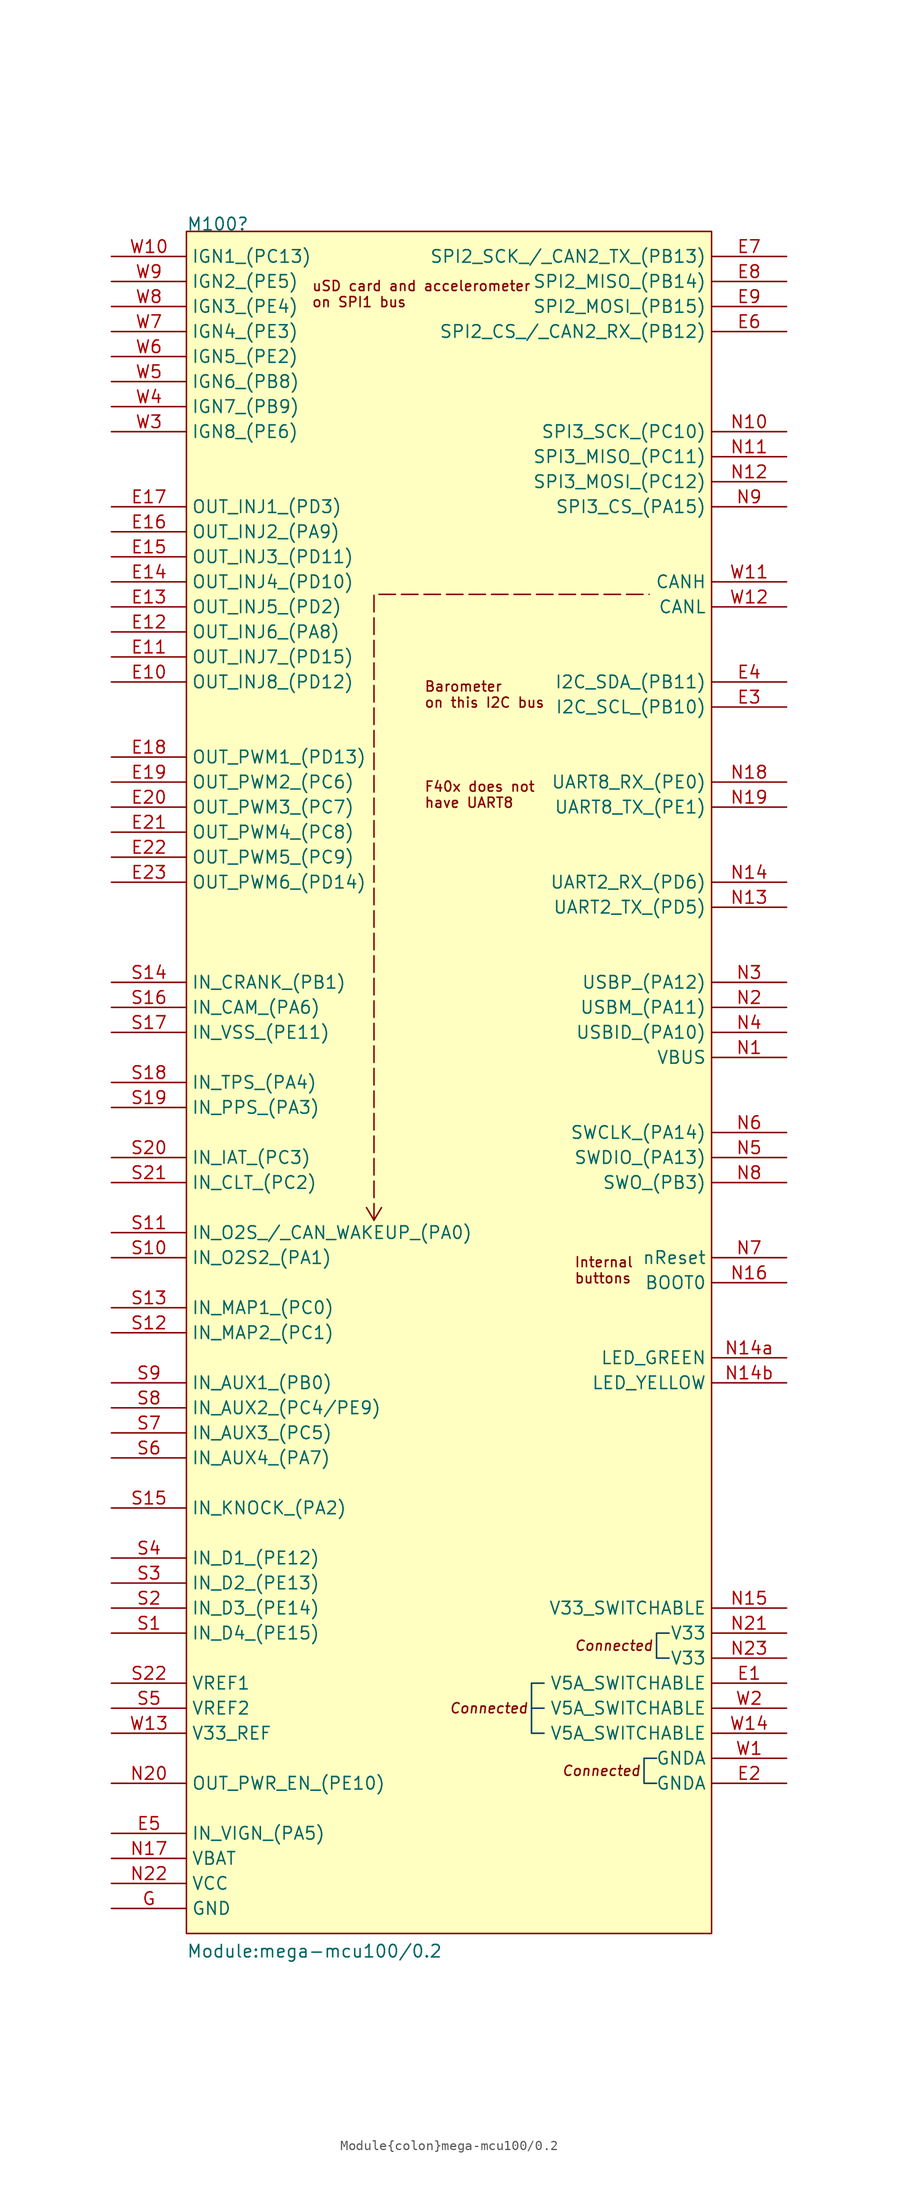
<source format=kicad_sym>
(kicad_symbol_lib
  (version 20220914)
  (generator kicad_symbol_editor)
  (symbol "Module{colon}mega-mcu100/0.2"
    (property "Reference" "M100"
      (at 7.62 2.54 0)
      (effects (font (size 1.27 1.27)) (justify left bottom)))
    (property "Value" "Module:mega-mcu100/0.2"
      (at 7.62 -172.72 0)
      (effects (font (size 1.27 1.27)) (justify left bottom)))
    (symbol "Module{colon}mega-mcu100/0.2_1_0"
      (polyline (pts (xy 26.67 -97.79) (xy 25.908 -96.52)) (stroke (width 0) (type default)) (fill (type none)))
      (polyline (pts (xy 26.67 -97.79) (xy 27.432 -96.52)) (stroke (width 0) (type default)) (fill (type none)))
      (polyline (pts (xy 26.67 -97.79) (xy 26.67 -34.29) (xy 54.61 -34.29)) (stroke (width 0) (type dash)) (fill (type none)))
      (polyline (pts (xy 42.672 -147.32) (xy 43.942 -147.32) (xy 43.942 -147.32) (xy 43.942 -147.32)) (stroke (width 0) (type solid) (color 7 55 99 1)) (fill (type none)))
      (polyline (pts (xy 43.942 -144.78) (xy 42.672 -144.78) (xy 42.672 -149.86) (xy 43.942 -149.86)) (stroke (width 0) (type solid) (color 7 55 99 1)) (fill (type none)))
      (polyline (pts (xy 55.372 -152.4) (xy 54.102 -152.4) (xy 54.102 -154.94) (xy 55.372 -154.94)) (stroke (width 0) (type solid) (color 7 55 99 1)) (fill (type none)))
      (polyline (pts (xy 56.642 -139.7) (xy 55.372 -139.7) (xy 55.372 -142.24) (xy 56.642 -142.24)) (stroke (width 0) (type solid) (color 7 55 99 1)) (fill (type none)))
      (rectangle (start 7.62 2.54) (end 60.96 -170.18) (stroke (width 0) (type solid)) (fill (type background)))
      (text "Barometer\non this I2C bus" (at 31.75 -44.45 0) (effects (font (size 1.016 1.016)) (justify left)))
      (text "Connected" (at 34.29 -147.32 0) (effects (font (size 1.016 1.016) italic) (justify left)))
      (text "Connected" (at 45.72 -153.67 0) (effects (font (size 1.016 1.016) italic) (justify left)))
      (text "Connected" (at 46.99 -140.97 0) (effects (font (size 1.016 1.016) italic) (justify left)))
      (text "F40x does not\nhave UART8" (at 31.75 -54.61 0) (effects (font (size 1.016 1.016)) (justify left)))
      (text "Internal\nbuttons" (at 46.99 -102.87 0) (effects (font (size 1.016 1.016)) (justify left)))
      (text "uSD card and accelerometer \non SPI1 bus" (at 20.32 -3.81 0) (effects (font (size 1.016 1.016)) (justify left)))
      (pin passive line (at 68.58 -144.78 180) (length 7.62) (name "V5A_SWITCHABLE" (effects (font (size 1.27 1.27)))) (number "E1" (effects (font (size 1.27 1.27)))))
      (pin passive line (at 0 -43.18 0) (length 7.62) (name "OUT_INJ8_(PD12)" (effects (font (size 1.27 1.27)))) (number "E10" (effects (font (size 1.27 1.27)))))
      (pin passive line (at 0 -40.64 0) (length 7.62) (name "OUT_INJ7_(PD15)" (effects (font (size 1.27 1.27)))) (number "E11" (effects (font (size 1.27 1.27)))))
      (pin passive line (at 0 -38.1 0) (length 7.62) (name "OUT_INJ6_(PA8)" (effects (font (size 1.27 1.27)))) (number "E12" (effects (font (size 1.27 1.27)))))
      (pin passive line (at 0 -35.56 0) (length 7.62) (name "OUT_INJ5_(PD2)" (effects (font (size 1.27 1.27)))) (number "E13" (effects (font (size 1.27 1.27)))))
      (pin passive line (at 0 -33.02 0) (length 7.62) (name "OUT_INJ4_(PD10)" (effects (font (size 1.27 1.27)))) (number "E14" (effects (font (size 1.27 1.27)))))
      (pin passive line (at 0 -30.48 0) (length 7.62) (name "OUT_INJ3_(PD11)" (effects (font (size 1.27 1.27)))) (number "E15" (effects (font (size 1.27 1.27)))))
      (pin passive line (at 0 -27.94 0) (length 7.62) (name "OUT_INJ2_(PA9)" (effects (font (size 1.27 1.27)))) (number "E16" (effects (font (size 1.27 1.27)))))
      (pin passive line (at 0 -25.4 0) (length 7.62) (name "OUT_INJ1_(PD3)" (effects (font (size 1.27 1.27)))) (number "E17" (effects (font (size 1.27 1.27)))))
      (pin passive line (at 0 -50.8 0) (length 7.62) (name "OUT_PWM1_(PD13)" (effects (font (size 1.27 1.27)))) (number "E18" (effects (font (size 1.27 1.27)))))
      (pin passive line (at 0 -53.34 0) (length 7.62) (name "OUT_PWM2_(PC6)" (effects (font (size 1.27 1.27)))) (number "E19" (effects (font (size 1.27 1.27)))))
      (pin passive line (at 68.58 -154.94 180) (length 7.62) (name "GNDA" (effects (font (size 1.27 1.27)))) (number "E2" (effects (font (size 1.27 1.27)))))
      (pin passive line (at 0 -55.88 0) (length 7.62) (name "OUT_PWM3_(PC7)" (effects (font (size 1.27 1.27)))) (number "E20" (effects (font (size 1.27 1.27)))))
      (pin passive line (at 0 -58.42 0) (length 7.62) (name "OUT_PWM4_(PC8)" (effects (font (size 1.27 1.27)))) (number "E21" (effects (font (size 1.27 1.27)))))
      (pin passive line (at 0 -60.96 0) (length 7.62) (name "OUT_PWM5_(PC9)" (effects (font (size 1.27 1.27)))) (number "E22" (effects (font (size 1.27 1.27)))))
      (pin passive line (at 0 -63.5 0) (length 7.62) (name "OUT_PWM6_(PD14)" (effects (font (size 1.27 1.27)))) (number "E23" (effects (font (size 1.27 1.27)))))
      (pin passive line (at 68.58 -45.72 180) (length 7.62) (name "I2C_SCL_(PB10)" (effects (font (size 1.27 1.27)))) (number "E3" (effects (font (size 1.27 1.27)))))
      (pin passive line (at 68.58 -43.18 180) (length 7.62) (name "I2C_SDA_(PB11)" (effects (font (size 1.27 1.27)))) (number "E4" (effects (font (size 1.27 1.27)))))
      (pin passive line (at 0 -160.02 0) (length 7.62) (name "IN_VIGN_(PA5)" (effects (font (size 1.27 1.27)))) (number "E5" (effects (font (size 1.27 1.27)))))
      (pin passive line (at 68.58 -7.62 180) (length 7.62) (name "SPI2_CS_/_CAN2_RX_(PB12)" (effects (font (size 1.27 1.27)))) (number "E6" (effects (font (size 1.27 1.27)))))
      (pin passive line (at 68.58 0 180) (length 7.62) (name "SPI2_SCK_/_CAN2_TX_(PB13)" (effects (font (size 1.27 1.27)))) (number "E7" (effects (font (size 1.27 1.27)))))
      (pin passive line (at 68.58 -2.54 180) (length 7.62) (name "SPI2_MISO_(PB14)" (effects (font (size 1.27 1.27)))) (number "E8" (effects (font (size 1.27 1.27)))))
      (pin passive line (at 68.58 -5.08 180) (length 7.62) (name "SPI2_MOSI_(PB15)" (effects (font (size 1.27 1.27)))) (number "E9" (effects (font (size 1.27 1.27)))))
      (pin passive line (at 0 -167.64 0) (length 7.62) (name "GND" (effects (font (size 1.27 1.27)))) (number "G" (effects (font (size 1.27 1.27)))))
      (pin passive line (at 68.58 -81.28 180) (length 7.62) (name "VBUS" (effects (font (size 1.27 1.27)))) (number "N1" (effects (font (size 1.27 1.27)))))
      (pin passive line (at 68.58 -17.78 180) (length 7.62) (name "SPI3_SCK_(PC10)" (effects (font (size 1.27 1.27)))) (number "N10" (effects (font (size 1.27 1.27)))))
      (pin passive line (at 68.58 -20.32 180) (length 7.62) (name "SPI3_MISO_(PC11)" (effects (font (size 1.27 1.27)))) (number "N11" (effects (font (size 1.27 1.27)))))
      (pin passive line (at 68.58 -22.86 180) (length 7.62) (name "SPI3_MOSI_(PC12)" (effects (font (size 1.27 1.27)))) (number "N12" (effects (font (size 1.27 1.27)))))
      (pin passive line (at 68.58 -66.04 180) (length 7.62) (name "UART2_TX_(PD5)" (effects (font (size 1.27 1.27)))) (number "N13" (effects (font (size 1.27 1.27)))))
      (pin passive line (at 68.58 -63.5 180) (length 7.62) (name "UART2_RX_(PD6)" (effects (font (size 1.27 1.27)))) (number "N14" (effects (font (size 1.27 1.27)))))
      (pin passive line (at 68.58 -111.76 180) (length 7.62) (name "LED_GREEN" (effects (font (size 1.27 1.27)))) (number "N14a" (effects (font (size 1.27 1.27)))))
      (pin passive line (at 68.58 -114.3 180) (length 7.62) (name "LED_YELLOW" (effects (font (size 1.27 1.27)))) (number "N14b" (effects (font (size 1.27 1.27)))))
      (pin passive line (at 68.58 -137.16 180) (length 7.62) (name "V33_SWITCHABLE" (effects (font (size 1.27 1.27)))) (number "N15" (effects (font (size 1.27 1.27)))))
      (pin passive line (at 68.58 -104.14 180) (length 7.62) (name "BOOT0" (effects (font (size 1.27 1.27)))) (number "N16" (effects (font (size 1.27 1.27)))))
      (pin passive line (at 0 -162.56 0) (length 7.62) (name "VBAT" (effects (font (size 1.27 1.27)))) (number "N17" (effects (font (size 1.27 1.27)))))
      (pin passive line (at 68.58 -53.34 180) (length 7.62) (name "UART8_RX_(PE0)" (effects (font (size 1.27 1.27)))) (number "N18" (effects (font (size 1.27 1.27)))))
      (pin passive line (at 68.58 -55.88 180) (length 7.62) (name "UART8_TX_(PE1)" (effects (font (size 1.27 1.27)))) (number "N19" (effects (font (size 1.27 1.27)))))
      (pin passive line (at 68.58 -76.2 180) (length 7.62) (name "USBM_(PA11)" (effects (font (size 1.27 1.27)))) (number "N2" (effects (font (size 1.27 1.27)))))
      (pin passive line (at 0 -154.94 0) (length 7.62) (name "OUT_PWR_EN_(PE10)" (effects (font (size 1.27 1.27)))) (number "N20" (effects (font (size 1.27 1.27)))))
      (pin passive line (at 68.58 -139.7 180) (length 7.62) (name "V33" (effects (font (size 1.27 1.27)))) (number "N21" (effects (font (size 1.27 1.27)))))
      (pin passive line (at 0 -165.1 0) (length 7.62) (name "VCC" (effects (font (size 1.27 1.27)))) (number "N22" (effects (font (size 1.27 1.27)))))
      (pin passive line (at 68.58 -142.24 180) (length 7.62) (name "V33" (effects (font (size 1.27 1.27)))) (number "N23" (effects (font (size 1.27 1.27)))))
      (pin passive line (at 68.58 -73.66 180) (length 7.62) (name "USBP_(PA12)" (effects (font (size 1.27 1.27)))) (number "N3" (effects (font (size 1.27 1.27)))))
      (pin passive line (at 68.58 -78.74 180) (length 7.62) (name "USBID_(PA10)" (effects (font (size 1.27 1.27)))) (number "N4" (effects (font (size 1.27 1.27)))))
      (pin passive line (at 68.58 -91.44 180) (length 7.62) (name "SWDIO_(PA13)" (effects (font (size 1.27 1.27)))) (number "N5" (effects (font (size 1.27 1.27)))))
      (pin passive line (at 68.58 -88.9 180) (length 7.62) (name "SWCLK_(PA14)" (effects (font (size 1.27 1.27)))) (number "N6" (effects (font (size 1.27 1.27)))))
      (pin passive line (at 68.58 -101.6 180) (length 7.62) (name "nReset" (effects (font (size 1.27 1.27)))) (number "N7" (effects (font (size 1.27 1.27)))))
      (pin passive line (at 68.58 -93.98 180) (length 7.62) (name "SWO_(PB3)" (effects (font (size 1.27 1.27)))) (number "N8" (effects (font (size 1.27 1.27)))))
      (pin passive line (at 68.58 -25.4 180) (length 7.62) (name "SPI3_CS_(PA15)" (effects (font (size 1.27 1.27)))) (number "N9" (effects (font (size 1.27 1.27)))))
      (pin passive line (at 0 -139.7 0) (length 7.62) (name "IN_D4_(PE15)" (effects (font (size 1.27 1.27)))) (number "S1" (effects (font (size 1.27 1.27)))))
      (pin passive line (at 0 -101.6 0) (length 7.62) (name "IN_O2S2_(PA1)" (effects (font (size 1.27 1.27)))) (number "S10" (effects (font (size 1.27 1.27)))))
      (pin passive line (at 0 -99.06 0) (length 7.62) (name "IN_O2S_/_CAN_WAKEUP_(PA0)" (effects (font (size 1.27 1.27)))) (number "S11" (effects (font (size 1.27 1.27)))))
      (pin passive line (at 0 -109.22 0) (length 7.62) (name "IN_MAP2_(PC1)" (effects (font (size 1.27 1.27)))) (number "S12" (effects (font (size 1.27 1.27)))))
      (pin passive line (at 0 -106.68 0) (length 7.62) (name "IN_MAP1_(PC0)" (effects (font (size 1.27 1.27)))) (number "S13" (effects (font (size 1.27 1.27)))))
      (pin passive line (at 0 -73.66 0) (length 7.62) (name "IN_CRANK_(PB1)" (effects (font (size 1.27 1.27)))) (number "S14" (effects (font (size 1.27 1.27)))))
      (pin passive line (at 0 -127 0) (length 7.62) (name "IN_KNOCK_(PA2)" (effects (font (size 1.27 1.27)))) (number "S15" (effects (font (size 1.27 1.27)))))
      (pin passive line (at 0 -76.2 0) (length 7.62) (name "IN_CAM_(PA6)" (effects (font (size 1.27 1.27)))) (number "S16" (effects (font (size 1.27 1.27)))))
      (pin passive line (at 0 -78.74 0) (length 7.62) (name "IN_VSS_(PE11)" (effects (font (size 1.27 1.27)))) (number "S17" (effects (font (size 1.27 1.27)))))
      (pin passive line (at 0 -83.82 0) (length 7.62) (name "IN_TPS_(PA4)" (effects (font (size 1.27 1.27)))) (number "S18" (effects (font (size 1.27 1.27)))))
      (pin passive line (at 0 -86.36 0) (length 7.62) (name "IN_PPS_(PA3)" (effects (font (size 1.27 1.27)))) (number "S19" (effects (font (size 1.27 1.27)))))
      (pin passive line (at 0 -137.16 0) (length 7.62) (name "IN_D3_(PE14)" (effects (font (size 1.27 1.27)))) (number "S2" (effects (font (size 1.27 1.27)))))
      (pin passive line (at 0 -91.44 0) (length 7.62) (name "IN_IAT_(PC3)" (effects (font (size 1.27 1.27)))) (number "S20" (effects (font (size 1.27 1.27)))))
      (pin passive line (at 0 -93.98 0) (length 7.62) (name "IN_CLT_(PC2)" (effects (font (size 1.27 1.27)))) (number "S21" (effects (font (size 1.27 1.27)))))
      (pin passive line (at 0 -144.78 0) (length 7.62) (name "VREF1" (effects (font (size 1.27 1.27)))) (number "S22" (effects (font (size 1.27 1.27)))))
      (pin passive line (at 0 -134.62 0) (length 7.62) (name "IN_D2_(PE13)" (effects (font (size 1.27 1.27)))) (number "S3" (effects (font (size 1.27 1.27)))))
      (pin passive line (at 0 -132.08 0) (length 7.62) (name "IN_D1_(PE12)" (effects (font (size 1.27 1.27)))) (number "S4" (effects (font (size 1.27 1.27)))))
      (pin passive line (at 0 -147.32 0) (length 7.62) (name "VREF2" (effects (font (size 1.27 1.27)))) (number "S5" (effects (font (size 1.27 1.27)))))
      (pin passive line (at 0 -121.92 0) (length 7.62) (name "IN_AUX4_(PA7)" (effects (font (size 1.27 1.27)))) (number "S6" (effects (font (size 1.27 1.27)))))
      (pin passive line (at 0 -119.38 0) (length 7.62) (name "IN_AUX3_(PC5)" (effects (font (size 1.27 1.27)))) (number "S7" (effects (font (size 1.27 1.27)))))
      (pin passive line (at 0 -116.84 0) (length 7.62) (name "IN_AUX2_(PC4/PE9)" (effects (font (size 1.27 1.27)))) (number "S8" (effects (font (size 1.27 1.27)))))
      (pin passive line (at 0 -114.3 0) (length 7.62) (name "IN_AUX1_(PB0)" (effects (font (size 1.27 1.27)))) (number "S9" (effects (font (size 1.27 1.27)))))
      (pin passive line (at 68.58 -152.4 180) (length 7.62) (name "GNDA" (effects (font (size 1.27 1.27)))) (number "W1" (effects (font (size 1.27 1.27)))))
      (pin passive line (at 0 0 0) (length 7.62) (name "IGN1_(PC13)" (effects (font (size 1.27 1.27)))) (number "W10" (effects (font (size 1.27 1.27)))))
      (pin passive line (at 68.58 -33.02 180) (length 7.62) (name "CANH" (effects (font (size 1.27 1.27)))) (number "W11" (effects (font (size 1.27 1.27)))))
      (pin passive line (at 68.58 -35.56 180) (length 7.62) (name "CANL" (effects (font (size 1.27 1.27)))) (number "W12" (effects (font (size 1.27 1.27)))))
      (pin passive line (at 0 -149.86 0) (length 7.62) (name "V33_REF" (effects (font (size 1.27 1.27)))) (number "W13" (effects (font (size 1.27 1.27)))))
      (pin passive line (at 68.58 -149.86 180) (length 7.62) (name "V5A_SWITCHABLE" (effects (font (size 1.27 1.27)))) (number "W14" (effects (font (size 1.27 1.27)))))
      (pin passive line (at 68.58 -147.32 180) (length 7.62) (name "V5A_SWITCHABLE" (effects (font (size 1.27 1.27)))) (number "W2" (effects (font (size 1.27 1.27)))))
      (pin passive line (at 0 -17.78 0) (length 7.62) (name "IGN8_(PE6)" (effects (font (size 1.27 1.27)))) (number "W3" (effects (font (size 1.27 1.27)))))
      (pin passive line (at 0 -15.24 0) (length 7.62) (name "IGN7_(PB9)" (effects (font (size 1.27 1.27)))) (number "W4" (effects (font (size 1.27 1.27)))))
      (pin passive line (at 0 -12.7 0) (length 7.62) (name "IGN6_(PB8)" (effects (font (size 1.27 1.27)))) (number "W5" (effects (font (size 1.27 1.27)))))
      (pin passive line (at 0 -10.16 0) (length 7.62) (name "IGN5_(PE2)" (effects (font (size 1.27 1.27)))) (number "W6" (effects (font (size 1.27 1.27)))))
      (pin passive line (at 0 -7.62 0) (length 7.62) (name "IGN4_(PE3)" (effects (font (size 1.27 1.27)))) (number "W7" (effects (font (size 1.27 1.27)))))
      (pin passive line (at 0 -5.08 0) (length 7.62) (name "IGN3_(PE4)" (effects (font (size 1.27 1.27)))) (number "W8" (effects (font (size 1.27 1.27)))))
      (pin passive line (at 0 -2.54 0) (length 7.62) (name "IGN2_(PE5)" (effects (font (size 1.27 1.27)))) (number "W9" (effects (font (size 1.27 1.27))))))))
</source>
